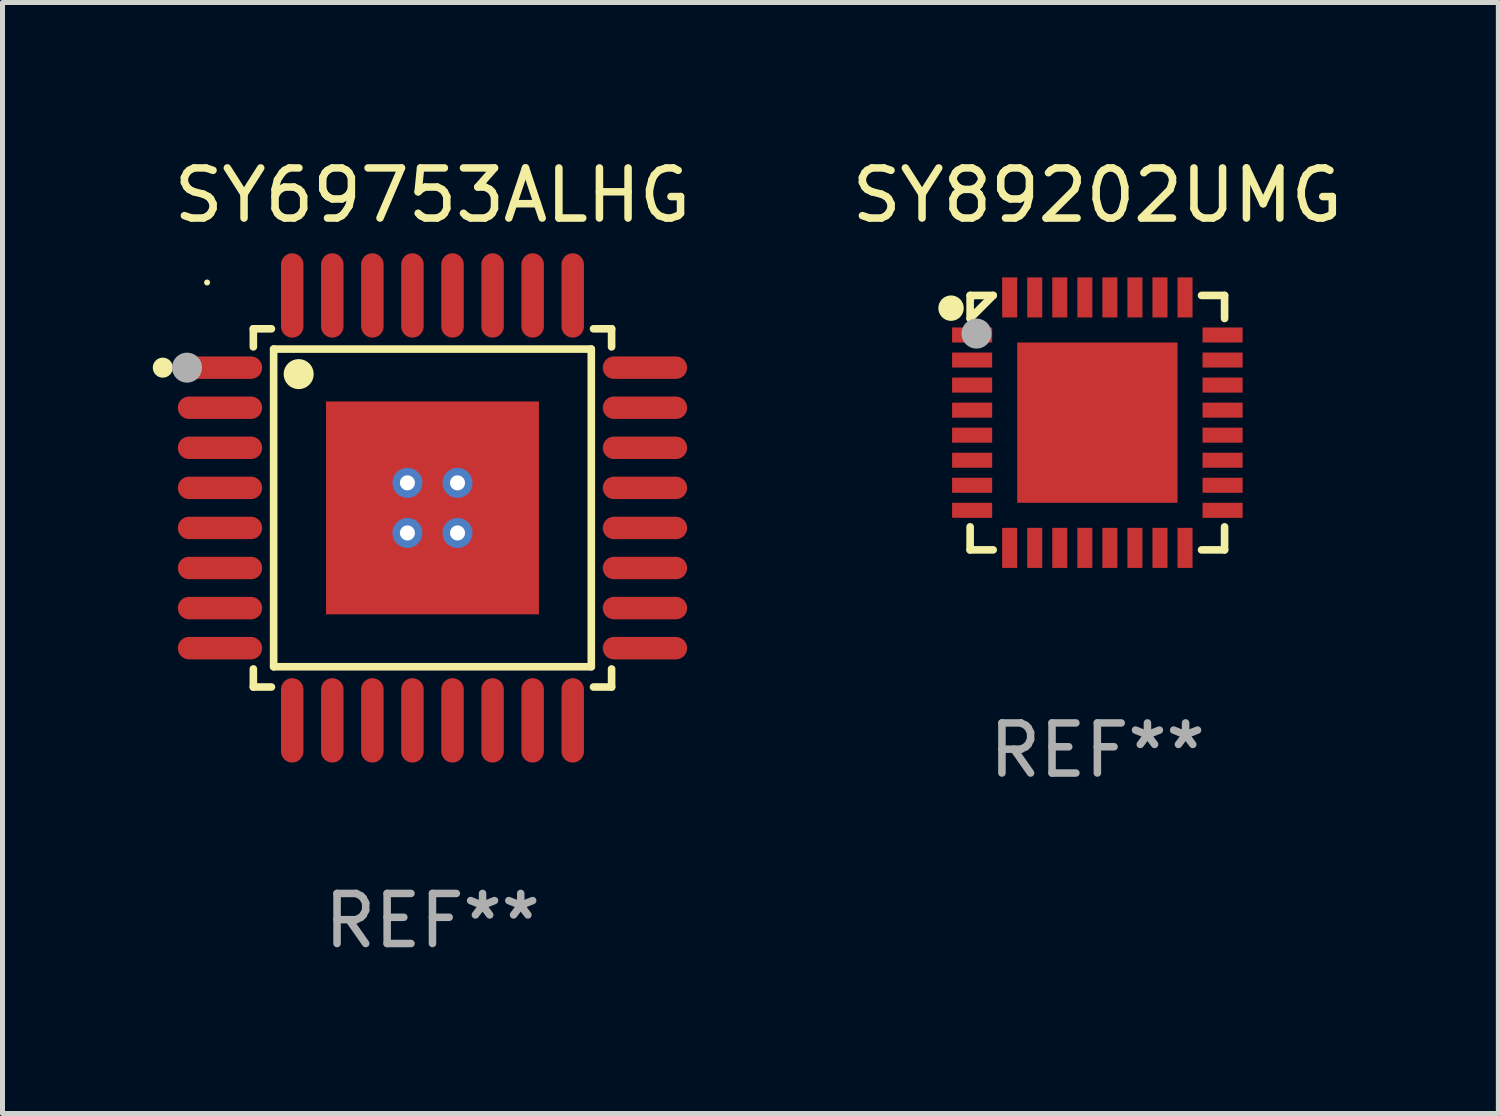
<source format=kicad_pcb>
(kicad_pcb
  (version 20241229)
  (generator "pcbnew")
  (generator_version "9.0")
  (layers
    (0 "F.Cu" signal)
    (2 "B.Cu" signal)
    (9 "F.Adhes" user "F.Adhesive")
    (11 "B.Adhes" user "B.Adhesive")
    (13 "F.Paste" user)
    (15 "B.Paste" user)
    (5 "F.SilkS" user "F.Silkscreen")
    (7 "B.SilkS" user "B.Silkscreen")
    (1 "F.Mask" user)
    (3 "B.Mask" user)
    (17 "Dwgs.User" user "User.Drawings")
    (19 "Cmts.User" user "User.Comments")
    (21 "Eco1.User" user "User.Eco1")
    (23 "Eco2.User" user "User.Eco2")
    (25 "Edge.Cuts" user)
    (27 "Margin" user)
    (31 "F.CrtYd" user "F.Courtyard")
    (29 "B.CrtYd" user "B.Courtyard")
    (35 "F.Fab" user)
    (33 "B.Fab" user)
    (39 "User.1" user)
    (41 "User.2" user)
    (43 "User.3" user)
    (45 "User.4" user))
  (footprint "SY69753ALHG"
    (layer "F.Cu")
    (at 5.584 7.09)
    (property "Reference" "SY69753ALHG" (at 0 -6.242 0) (layer "F.SilkS") (effects (font (size 1 1) (thickness 0.15))))
    (attr through_hole)
    (fp_line (start -3.576 -3.576) (end -3.576 -3.215) (stroke (width 0.152) (type solid)) (layer "F.SilkS"))
    (fp_line (start -3.576 3.576) (end -3.576 3.215) (stroke (width 0.152) (type solid)) (layer "F.SilkS"))
    (fp_line (start -3.215 -3.576) (end -3.576 -3.576) (stroke (width 0.152) (type solid)) (layer "F.SilkS"))
    (fp_line (start -3.215 3.576) (end -3.576 3.576) (stroke (width 0.152) (type solid)) (layer "F.SilkS"))
    (fp_line (start -3.171 -3.171) (end 3.171 -3.171) (stroke (width 0.152) (type solid)) (layer "F.SilkS"))
    (fp_line (start -3.171 3.171) (end -3.171 -3.171) (stroke (width 0.152) (type solid)) (layer "F.SilkS"))
    (fp_line (start 3.171 -3.171) (end 3.171 3.171) (stroke (width 0.152) (type solid)) (layer "F.SilkS"))
    (fp_line (start 3.171 3.171) (end -3.171 3.171) (stroke (width 0.152) (type solid)) (layer "F.SilkS"))
    (fp_line (start 3.215 -3.576) (end 3.576 -3.576) (stroke (width 0.152) (type solid)) (layer "F.SilkS"))
    (fp_line (start 3.215 3.576) (end 3.576 3.576) (stroke (width 0.152) (type solid)) (layer "F.SilkS"))
    (fp_line (start 3.576 -3.576) (end 3.576 -3.215) (stroke (width 0.152) (type solid)) (layer "F.SilkS"))
    (fp_line (start 3.576 3.576) (end 3.576 3.215) (stroke (width 0.152) (type solid)) (layer "F.SilkS"))
    (fp_circle (center -5.384 -2.8) (end -5.284 -2.8) (stroke (width 0.2) (type solid)) (fill no) (layer "F.SilkS"))
    (fp_circle (center -4.5 -4.5) (end -4.47 -4.5) (stroke (width 0.06) (type solid)) (fill no) (layer "F.SilkS"))
    (fp_circle (center -2.671 -2.671) (end -2.521 -2.671) (stroke (width 0.3) (type solid)) (fill no) (layer "F.SilkS"))
    (fp_circle (center -4.9 -2.8) (end -4.75 -2.8) (stroke (width 0.3) (type solid)) (fill no) (layer "F.Fab"))
    (fp_text user "REF**" (at 0 8.242 0) (layer "F.Fab") (effects (font (size 1 1) (thickness 0.15))))
    (pad "1" smd oval (at -4.242 -2.8 270) (size 0.448 1.684) (layers "F.Cu" "F.Mask" "F.Paste"))
    (pad "2" smd oval (at -4.242 -2 270) (size 0.448 1.684) (layers "F.Cu" "F.Mask" "F.Paste"))
    (pad "3" smd oval (at -4.242 -1.2 270) (size 0.448 1.684) (layers "F.Cu" "F.Mask" "F.Paste"))
    (pad "4" smd oval (at -4.242 -0.4 270) (size 0.448 1.684) (layers "F.Cu" "F.Mask" "F.Paste"))
    (pad "5" smd oval (at -4.242 0.4 270) (size 0.448 1.684) (layers "F.Cu" "F.Mask" "F.Paste"))
    (pad "6" smd oval (at -4.242 1.2 270) (size 0.448 1.684) (layers "F.Cu" "F.Mask" "F.Paste"))
    (pad "7" smd oval (at -4.242 2 270) (size 0.448 1.684) (layers "F.Cu" "F.Mask" "F.Paste"))
    (pad "8" smd oval (at -4.242 2.8 270) (size 0.448 1.684) (layers "F.Cu" "F.Mask" "F.Paste"))
    (pad "9" smd oval (at -2.8 4.242 270) (size 1.684 0.448) (layers "F.Cu" "F.Mask" "F.Paste"))
    (pad "10" smd oval (at -2 4.242 270) (size 1.684 0.448) (layers "F.Cu" "F.Mask" "F.Paste"))
    (pad "11" smd oval (at -1.2 4.242 270) (size 1.684 0.448) (layers "F.Cu" "F.Mask" "F.Paste"))
    (pad "12" smd oval (at -0.4 4.242 270) (size 1.684 0.448) (layers "F.Cu" "F.Mask" "F.Paste"))
    (pad "13" smd oval (at 0.4 4.242 270) (size 1.684 0.448) (layers "F.Cu" "F.Mask" "F.Paste"))
    (pad "14" smd oval (at 1.2 4.242 270) (size 1.684 0.448) (layers "F.Cu" "F.Mask" "F.Paste"))
    (pad "15" smd oval (at 2 4.242 270) (size 1.684 0.448) (layers "F.Cu" "F.Mask" "F.Paste"))
    (pad "16" smd oval (at 2.8 4.242 270) (size 1.684 0.448) (layers "F.Cu" "F.Mask" "F.Paste"))
    (pad "17" smd oval (at 4.242 2.8 270) (size 0.448 1.684) (layers "F.Cu" "F.Mask" "F.Paste"))
    (pad "18" smd oval (at 4.242 2 270) (size 0.448 1.684) (layers "F.Cu" "F.Mask" "F.Paste"))
    (pad "19" smd oval (at 4.242 1.2 270) (size 0.448 1.684) (layers "F.Cu" "F.Mask" "F.Paste"))
    (pad "20" smd oval (at 4.242 0.4 270) (size 0.448 1.684) (layers "F.Cu" "F.Mask" "F.Paste"))
    (pad "21" smd oval (at 4.242 -0.4 270) (size 0.448 1.684) (layers "F.Cu" "F.Mask" "F.Paste"))
    (pad "22" smd oval (at 4.242 -1.2 270) (size 0.448 1.684) (layers "F.Cu" "F.Mask" "F.Paste"))
    (pad "23" smd oval (at 4.242 -2 270) (size 0.448 1.684) (layers "F.Cu" "F.Mask" "F.Paste"))
    (pad "24" smd oval (at 4.242 -2.8 270) (size 0.448 1.684) (layers "F.Cu" "F.Mask" "F.Paste"))
    (pad "25" smd oval (at 2.8 -4.242 270) (size 1.684 0.448) (layers "F.Cu" "F.Mask" "F.Paste"))
    (pad "26" smd oval (at 2 -4.242 270) (size 1.684 0.448) (layers "F.Cu" "F.Mask" "F.Paste"))
    (pad "27" smd oval (at 1.2 -4.242 270) (size 1.684 0.448) (layers "F.Cu" "F.Mask" "F.Paste"))
    (pad "28" smd oval (at 0.4 -4.242 270) (size 1.684 0.448) (layers "F.Cu" "F.Mask" "F.Paste"))
    (pad "29" smd oval (at -0.4 -4.242 270) (size 1.684 0.448) (layers "F.Cu" "F.Mask" "F.Paste"))
    (pad "30" smd oval (at -1.2 -4.242 270) (size 1.684 0.448) (layers "F.Cu" "F.Mask" "F.Paste"))
    (pad "31" smd oval (at -2 -4.242 270) (size 1.684 0.448) (layers "F.Cu" "F.Mask" "F.Paste"))
    (pad "32" smd oval (at -2.8 -4.242 270) (size 1.684 0.448) (layers "F.Cu" "F.Mask" "F.Paste"))
    (pad "33" thru_hole circle (at -0.5 -0.5) (size 0.6 0.6) (drill 0.3) (layers "*.Cu" "*.Mask"))
    (pad "33" thru_hole circle (at -0.5 0.5) (size 0.6 0.6) (drill 0.3) (layers "*.Cu" "*.Mask"))
    (pad "33" smd rect (at 0 0) (size 4.25 4.25) (layers "F.Cu" "F.Mask" "F.Paste"))
    (pad "33" thru_hole circle (at 0.5 -0.5) (size 0.6 0.6) (drill 0.3) (layers "*.Cu" "*.Mask"))
    (pad "33" thru_hole circle (at 0.5 0.5) (size 0.6 0.6) (drill 0.3) (layers "*.Cu" "*.Mask")))
  (footprint "SY89202UMG"
    (layer "F.Cu")
    (at 18.858 5.388)
    (property "Reference" "SY89202UMG" (at 0 -4.54 0) (layer "F.SilkS") (effects (font (size 1 1) (thickness 0.15))))
    (attr through_hole)
    (fp_line (start -2.54 -2.54) (end -2.08 -2.54) (stroke (width 0.152) (type solid)) (layer "F.SilkS"))
    (fp_line (start -2.54 -2.08) (end -2.54 -2.54) (stroke (width 0.152) (type solid)) (layer "F.SilkS"))
    (fp_line (start -2.54 -2.08) (end -2.08 -2.54) (stroke (width 0.152) (type solid)) (layer "F.SilkS"))
    (fp_line (start -2.54 2.54) (end -2.54 2.08) (stroke (width 0.152) (type solid)) (layer "F.SilkS"))
    (fp_line (start -2.08 2.54) (end -2.54 2.54) (stroke (width 0.152) (type solid)) (layer "F.SilkS"))
    (fp_line (start 2.08 -2.54) (end 2.54 -2.54) (stroke (width 0.152) (type solid)) (layer "F.SilkS"))
    (fp_line (start 2.54 -2.54) (end 2.54 -2.08) (stroke (width 0.152) (type solid)) (layer "F.SilkS"))
    (fp_line (start 2.54 2.08) (end 2.54 2.54) (stroke (width 0.152) (type solid)) (layer "F.SilkS"))
    (fp_line (start 2.54 2.54) (end 2.08 2.54) (stroke (width 0.152) (type solid)) (layer "F.SilkS"))
    (fp_circle (center -2.921 -2.286) (end -2.794 -2.286) (stroke (width 0.254) (type solid)) (fill no) (layer "F.SilkS"))
    (fp_circle (center -2.5 -2.5) (end -2.47 -2.5) (stroke (width 0.06) (type solid)) (fill no) (layer "F.SilkS"))
    (fp_circle (center -2.413 -1.778) (end -2.263 -1.778) (stroke (width 0.3) (type solid)) (fill no) (layer "F.Fab"))
    (fp_text user "REF**" (at 0 6.54 0) (layer "F.Fab") (effects (font (size 1 1) (thickness 0.15))))
    (pad "1" smd rect (at -2.5 -1.75 90) (size 0.3 0.8) (layers "F.Cu" "F.Mask" "F.Paste"))
    (pad "2" smd rect (at -2.5 -1.25 90) (size 0.3 0.8) (layers "F.Cu" "F.Mask" "F.Paste"))
    (pad "3" smd rect (at -2.5 -0.75 90) (size 0.3 0.8) (layers "F.Cu" "F.Mask" "F.Paste"))
    (pad "4" smd rect (at -2.5 -0.25 90) (size 0.3 0.8) (layers "F.Cu" "F.Mask" "F.Paste"))
    (pad "5" smd rect (at -2.5 0.25 90) (size 0.3 0.8) (layers "F.Cu" "F.Mask" "F.Paste"))
    (pad "6" smd rect (at -2.5 0.75 90) (size 0.3 0.8) (layers "F.Cu" "F.Mask" "F.Paste"))
    (pad "7" smd rect (at -2.5 1.25 90) (size 0.3 0.8) (layers "F.Cu" "F.Mask" "F.Paste"))
    (pad "8" smd rect (at -2.5 1.75 90) (size 0.3 0.8) (layers "F.Cu" "F.Mask" "F.Paste"))
    (pad "9" smd rect (at -1.75 2.5 180) (size 0.3 0.8) (layers "F.Cu" "F.Mask" "F.Paste"))
    (pad "10" smd rect (at -1.25 2.5 180) (size 0.3 0.8) (layers "F.Cu" "F.Mask" "F.Paste"))
    (pad "11" smd rect (at -0.75 2.5 180) (size 0.3 0.8) (layers "F.Cu" "F.Mask" "F.Paste"))
    (pad "12" smd rect (at -0.25 2.5 180) (size 0.3 0.8) (layers "F.Cu" "F.Mask" "F.Paste"))
    (pad "13" smd rect (at 0.25 2.5 180) (size 0.3 0.8) (layers "F.Cu" "F.Mask" "F.Paste"))
    (pad "14" smd rect (at 0.75 2.5 180) (size 0.3 0.8) (layers "F.Cu" "F.Mask" "F.Paste"))
    (pad "15" smd rect (at 1.25 2.5 180) (size 0.3 0.8) (layers "F.Cu" "F.Mask" "F.Paste"))
    (pad "16" smd rect (at 1.75 2.5 180) (size 0.3 0.8) (layers "F.Cu" "F.Mask" "F.Paste"))
    (pad "17" smd rect (at 2.5 1.75 270) (size 0.3 0.8) (layers "F.Cu" "F.Mask" "F.Paste"))
    (pad "18" smd rect (at 2.5 1.25 270) (size 0.3 0.8) (layers "F.Cu" "F.Mask" "F.Paste"))
    (pad "19" smd rect (at 2.5 0.75 270) (size 0.3 0.8) (layers "F.Cu" "F.Mask" "F.Paste"))
    (pad "20" smd rect (at 2.5 0.25 270) (size 0.3 0.8) (layers "F.Cu" "F.Mask" "F.Paste"))
    (pad "21" smd rect (at 2.5 -0.25 270) (size 0.3 0.8) (layers "F.Cu" "F.Mask" "F.Paste"))
    (pad "22" smd rect (at 2.5 -0.75 270) (size 0.3 0.8) (layers "F.Cu" "F.Mask" "F.Paste"))
    (pad "23" smd rect (at 2.5 -1.25 270) (size 0.3 0.8) (layers "F.Cu" "F.Mask" "F.Paste"))
    (pad "24" smd rect (at 2.5 -1.75 270) (size 0.3 0.8) (layers "F.Cu" "F.Mask" "F.Paste"))
    (pad "25" smd rect (at 1.75 -2.5) (size 0.3 0.8) (layers "F.Cu" "F.Mask" "F.Paste"))
    (pad "26" smd rect (at 1.25 -2.5) (size 0.3 0.8) (layers "F.Cu" "F.Mask" "F.Paste"))
    (pad "27" smd rect (at 0.75 -2.5) (size 0.3 0.8) (layers "F.Cu" "F.Mask" "F.Paste"))
    (pad "28" smd rect (at 0.25 -2.5) (size 0.3 0.8) (layers "F.Cu" "F.Mask" "F.Paste"))
    (pad "29" smd rect (at -0.25 -2.5) (size 0.3 0.8) (layers "F.Cu" "F.Mask" "F.Paste"))
    (pad "30" smd rect (at -0.75 -2.5) (size 0.3 0.8) (layers "F.Cu" "F.Mask" "F.Paste"))
    (pad "31" smd rect (at -1.25 -2.5) (size 0.3 0.8) (layers "F.Cu" "F.Mask" "F.Paste"))
    (pad "32" smd rect (at -1.75 -2.5) (size 0.3 0.8) (layers "F.Cu" "F.Mask" "F.Paste"))
    (pad "33" smd rect (at 0 0 90) (size 3.2 3.2) (layers "F.Cu" "F.Mask" "F.Paste")))
  (gr_rect
    (start -3 -3)
    (end 26.864 19.181)
    (stroke (width 0.1) (type default))
    (fill no)
    (layer "Edge.Cuts")))
</source>
